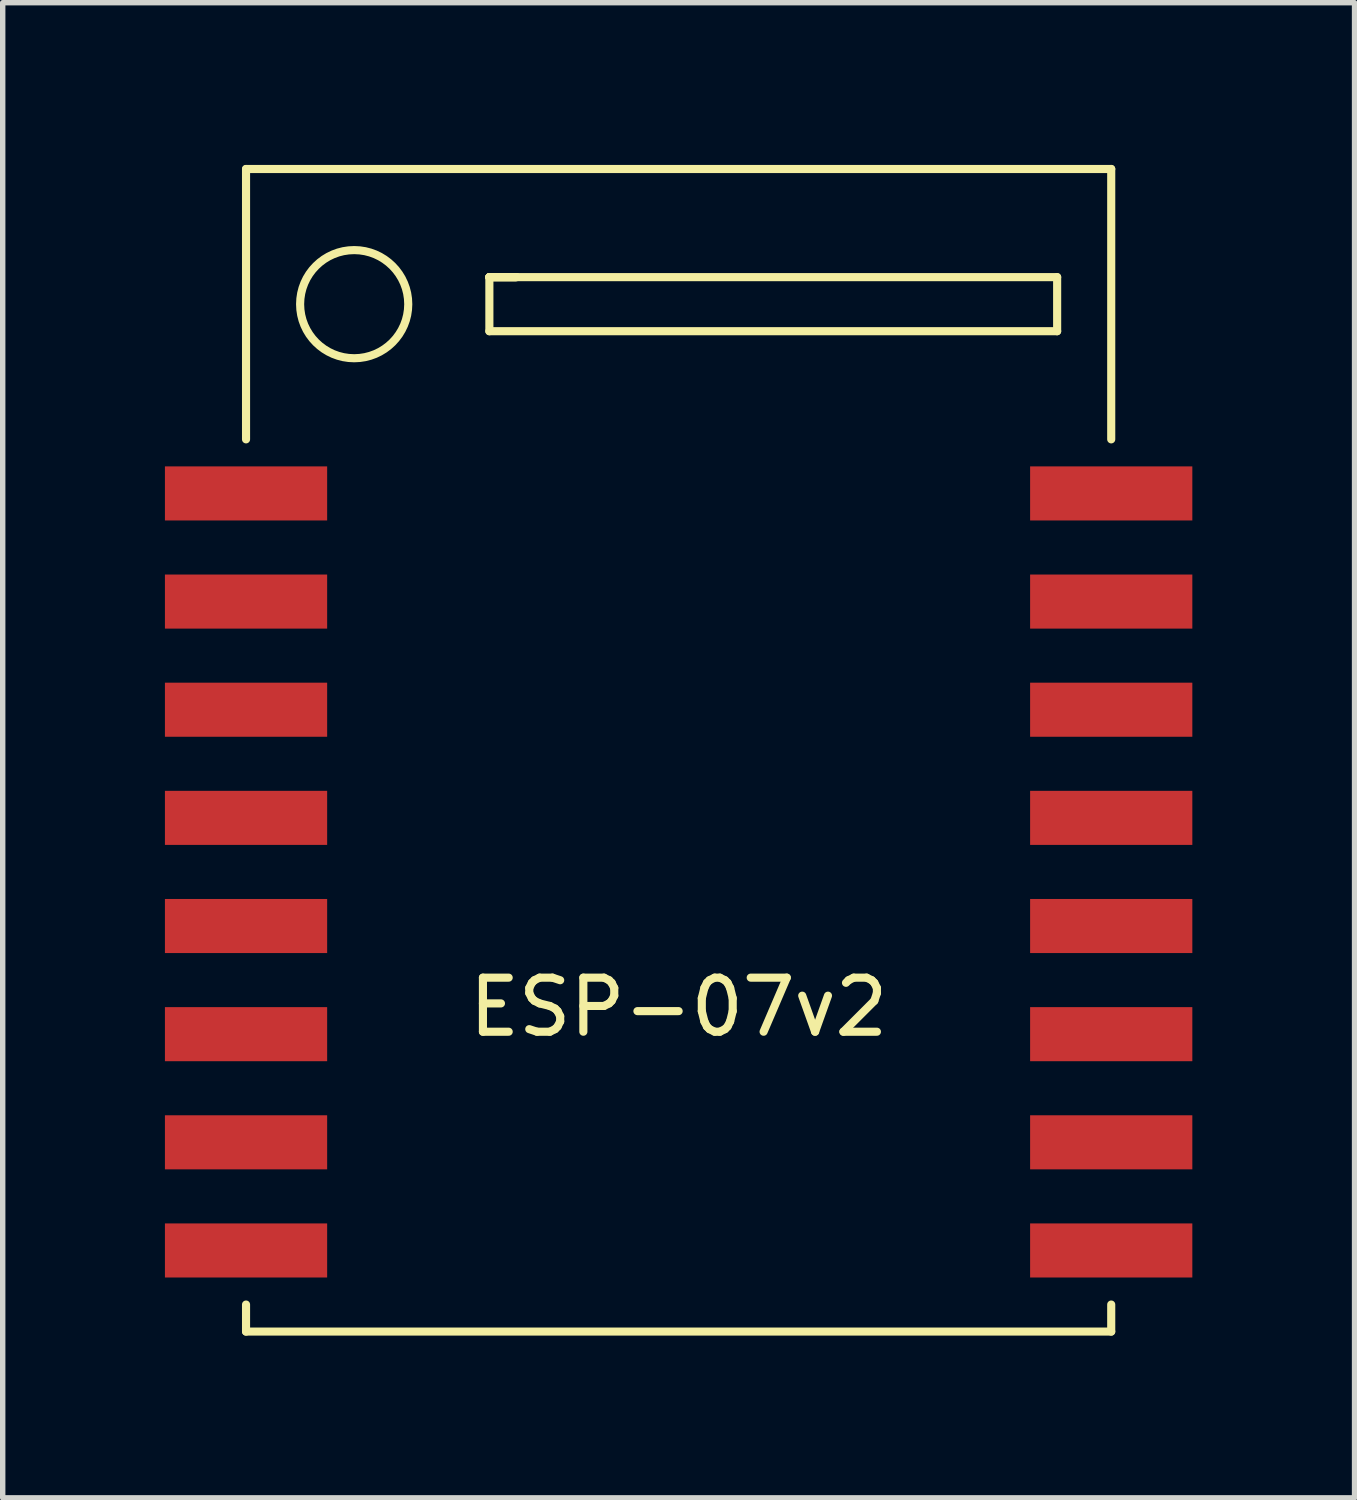
<source format=kicad_pcb>
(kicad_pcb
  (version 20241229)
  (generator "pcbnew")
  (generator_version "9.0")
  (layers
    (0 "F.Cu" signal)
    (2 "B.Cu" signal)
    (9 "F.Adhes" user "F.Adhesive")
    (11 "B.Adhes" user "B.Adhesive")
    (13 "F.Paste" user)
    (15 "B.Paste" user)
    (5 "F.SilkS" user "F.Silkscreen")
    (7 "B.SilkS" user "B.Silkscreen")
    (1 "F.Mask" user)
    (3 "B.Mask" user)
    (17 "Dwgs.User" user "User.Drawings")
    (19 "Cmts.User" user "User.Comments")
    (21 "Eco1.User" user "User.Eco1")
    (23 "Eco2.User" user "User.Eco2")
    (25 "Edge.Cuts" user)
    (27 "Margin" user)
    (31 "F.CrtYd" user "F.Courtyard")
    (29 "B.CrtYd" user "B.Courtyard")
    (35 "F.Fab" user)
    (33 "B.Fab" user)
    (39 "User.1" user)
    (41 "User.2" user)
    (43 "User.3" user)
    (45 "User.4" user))
  (footprint "ESP-07v2"
    (layer "F.Cu")
    (at 9.5 13.075)
    (property "Reference" "ESP-07v2" (at 0 2.5 0) (layer "F.SilkS") (effects (font (size 1 1) (thickness 0.15))))
    (attr through_hole)
    (fp_line (start -8 -13) (end 8 -13) (stroke (width 0.15) (type solid)) (layer "F.SilkS"))
    (fp_line (start -8 -8) (end -8 -13) (stroke (width 0.15) (type solid)) (layer "F.SilkS"))
    (fp_line (start -8 8) (end -8 8.5) (stroke (width 0.15) (type solid)) (layer "F.SilkS"))
    (fp_line (start -8 8.5) (end 8 8.5) (stroke (width 0.15) (type solid)) (layer "F.SilkS"))
    (fp_line (start -3.5 -11) (end -3 -11) (stroke (width 0.15) (type solid)) (layer "F.SilkS"))
    (fp_line (start -3.5 -11) (end -3 -11) (stroke (width 0.15) (type solid)) (layer "F.SilkS"))
    (fp_line (start -3.5 -11) (end 7 -11) (stroke (width 0.15) (type solid)) (layer "F.SilkS"))
    (fp_line (start -3.5 -10) (end -3.5 -11) (stroke (width 0.15) (type solid)) (layer "F.SilkS"))
    (fp_line (start -3 -11) (end -3.5 -11) (stroke (width 0.15) (type solid)) (layer "F.SilkS"))
    (fp_line (start 7 -11) (end 7 -10) (stroke (width 0.15) (type solid)) (layer "F.SilkS"))
    (fp_line (start 7 -10) (end -3.5 -10) (stroke (width 0.15) (type solid)) (layer "F.SilkS"))
    (fp_line (start 8 -13) (end 8 -8) (stroke (width 0.15) (type solid)) (layer "F.SilkS"))
    (fp_line (start 8 8.5) (end 8 8) (stroke (width 0.15) (type solid)) (layer "F.SilkS"))
    (fp_circle (center -6 -10.5) (end -6 -9.5) (stroke (width 0.15) (type solid)) (fill no) (layer "F.SilkS"))
    (pad "1" smd rect (at -8 -7) (size 3 1) (layers "F.Cu" "F.Mask" "F.Paste"))
    (pad "2" smd rect (at -8 -5) (size 3 1) (layers "F.Cu" "F.Mask" "F.Paste"))
    (pad "3" smd rect (at -8 -3) (size 3 1) (layers "F.Cu" "F.Mask" "F.Paste"))
    (pad "4" smd rect (at -8 -1) (size 3 1) (layers "F.Cu" "F.Mask" "F.Paste"))
    (pad "5" smd rect (at -8 1) (size 3 1) (layers "F.Cu" "F.Mask" "F.Paste"))
    (pad "6" smd rect (at -8 3) (size 3 1) (layers "F.Cu" "F.Mask" "F.Paste"))
    (pad "7" smd rect (at -8 5) (size 3 1) (layers "F.Cu" "F.Mask" "F.Paste"))
    (pad "8" smd rect (at -8 7) (size 3 1) (layers "F.Cu" "F.Mask" "F.Paste"))
    (pad "9" smd rect (at 8 7) (size 3 1) (layers "F.Cu" "F.Mask" "F.Paste"))
    (pad "10" smd rect (at 8 5) (size 3 1) (layers "F.Cu" "F.Mask" "F.Paste"))
    (pad "11" smd rect (at 8 3) (size 3 1) (layers "F.Cu" "F.Mask" "F.Paste"))
    (pad "12" smd rect (at 8 1) (size 3 1) (layers "F.Cu" "F.Mask" "F.Paste"))
    (pad "13" smd rect (at 8 -1) (size 3 1) (layers "F.Cu" "F.Mask" "F.Paste"))
    (pad "14" smd rect (at 8 -3) (size 3 1) (layers "F.Cu" "F.Mask" "F.Paste"))
    (pad "15" smd rect (at 8 -5) (size 3 1) (layers "F.Cu" "F.Mask" "F.Paste"))
    (pad "16" smd rect (at 8 -7) (size 3 1) (layers "F.Cu" "F.Mask" "F.Paste")))
  (gr_rect
    (start -3 -3)
    (end 22 24.65)
    (stroke (width 0.1) (type default))
    (fill no)
    (layer "Edge.Cuts")))
</source>
